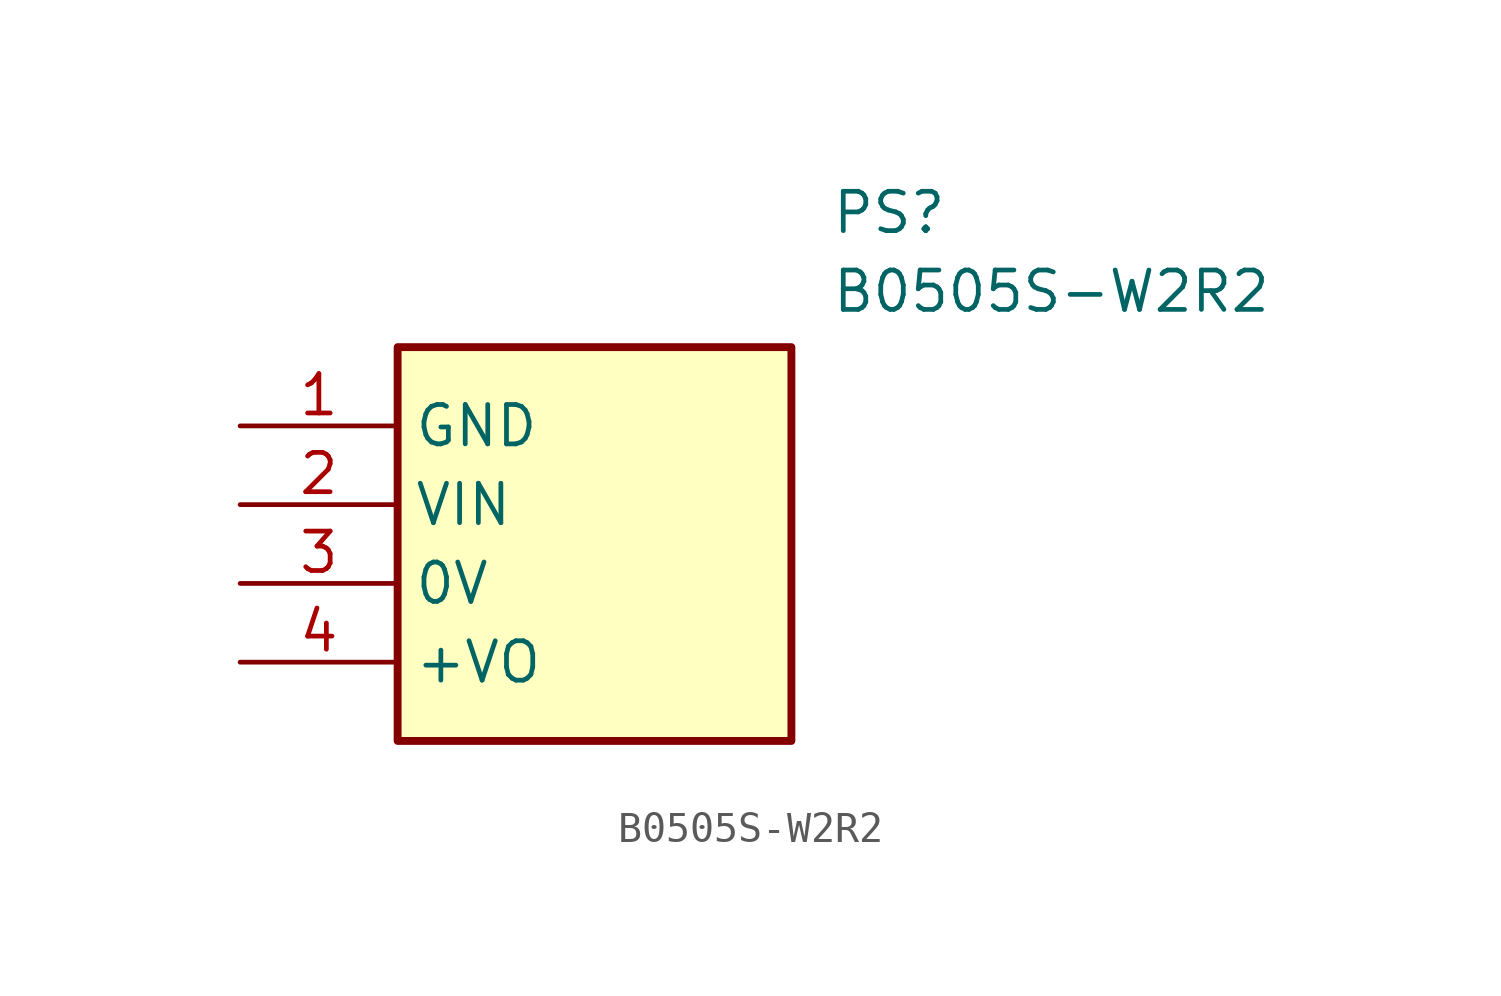
<source format=kicad_sym>
(kicad_symbol_lib
  (version 20211014)
  (generator SamacSys_ECAD_Model)
  (symbol "B0505S-W2R2"
    (property "Reference" "PS"
      (at 19.05 7.62 0)
      (effects (font (size 1.27 1.27)) (justify left top)))
    (property "Value" "B0505S-W2R2"
      (at 19.05 5.08 0)
      (effects (font (size 1.27 1.27)) (justify left top)))
    (rectangle
      (start 5.08 2.54)
      (end 17.78 -10.16)
      (stroke (width 0.254) (type default))
      (fill (type background)))
    (pin passive line
      (at 0 0 0)
      (length 5.08)
      (name "GND" (effects (font (size 1.27 1.27))))
      (number "1" (effects (font (size 1.27 1.27)))))
    (pin passive line
      (at 0 -2.54 0)
      (length 5.08)
      (name "VIN" (effects (font (size 1.27 1.27))))
      (number "2" (effects (font (size 1.27 1.27)))))
    (pin passive line
      (at 0 -5.08 0)
      (length 5.08)
      (name "0V" (effects (font (size 1.27 1.27))))
      (number "3" (effects (font (size 1.27 1.27)))))
    (pin passive line
      (at 0 -7.62 0)
      (length 5.08)
      (name "+VO" (effects (font (size 1.27 1.27))))
      (number "4" (effects (font (size 1.27 1.27)))))))
</source>
